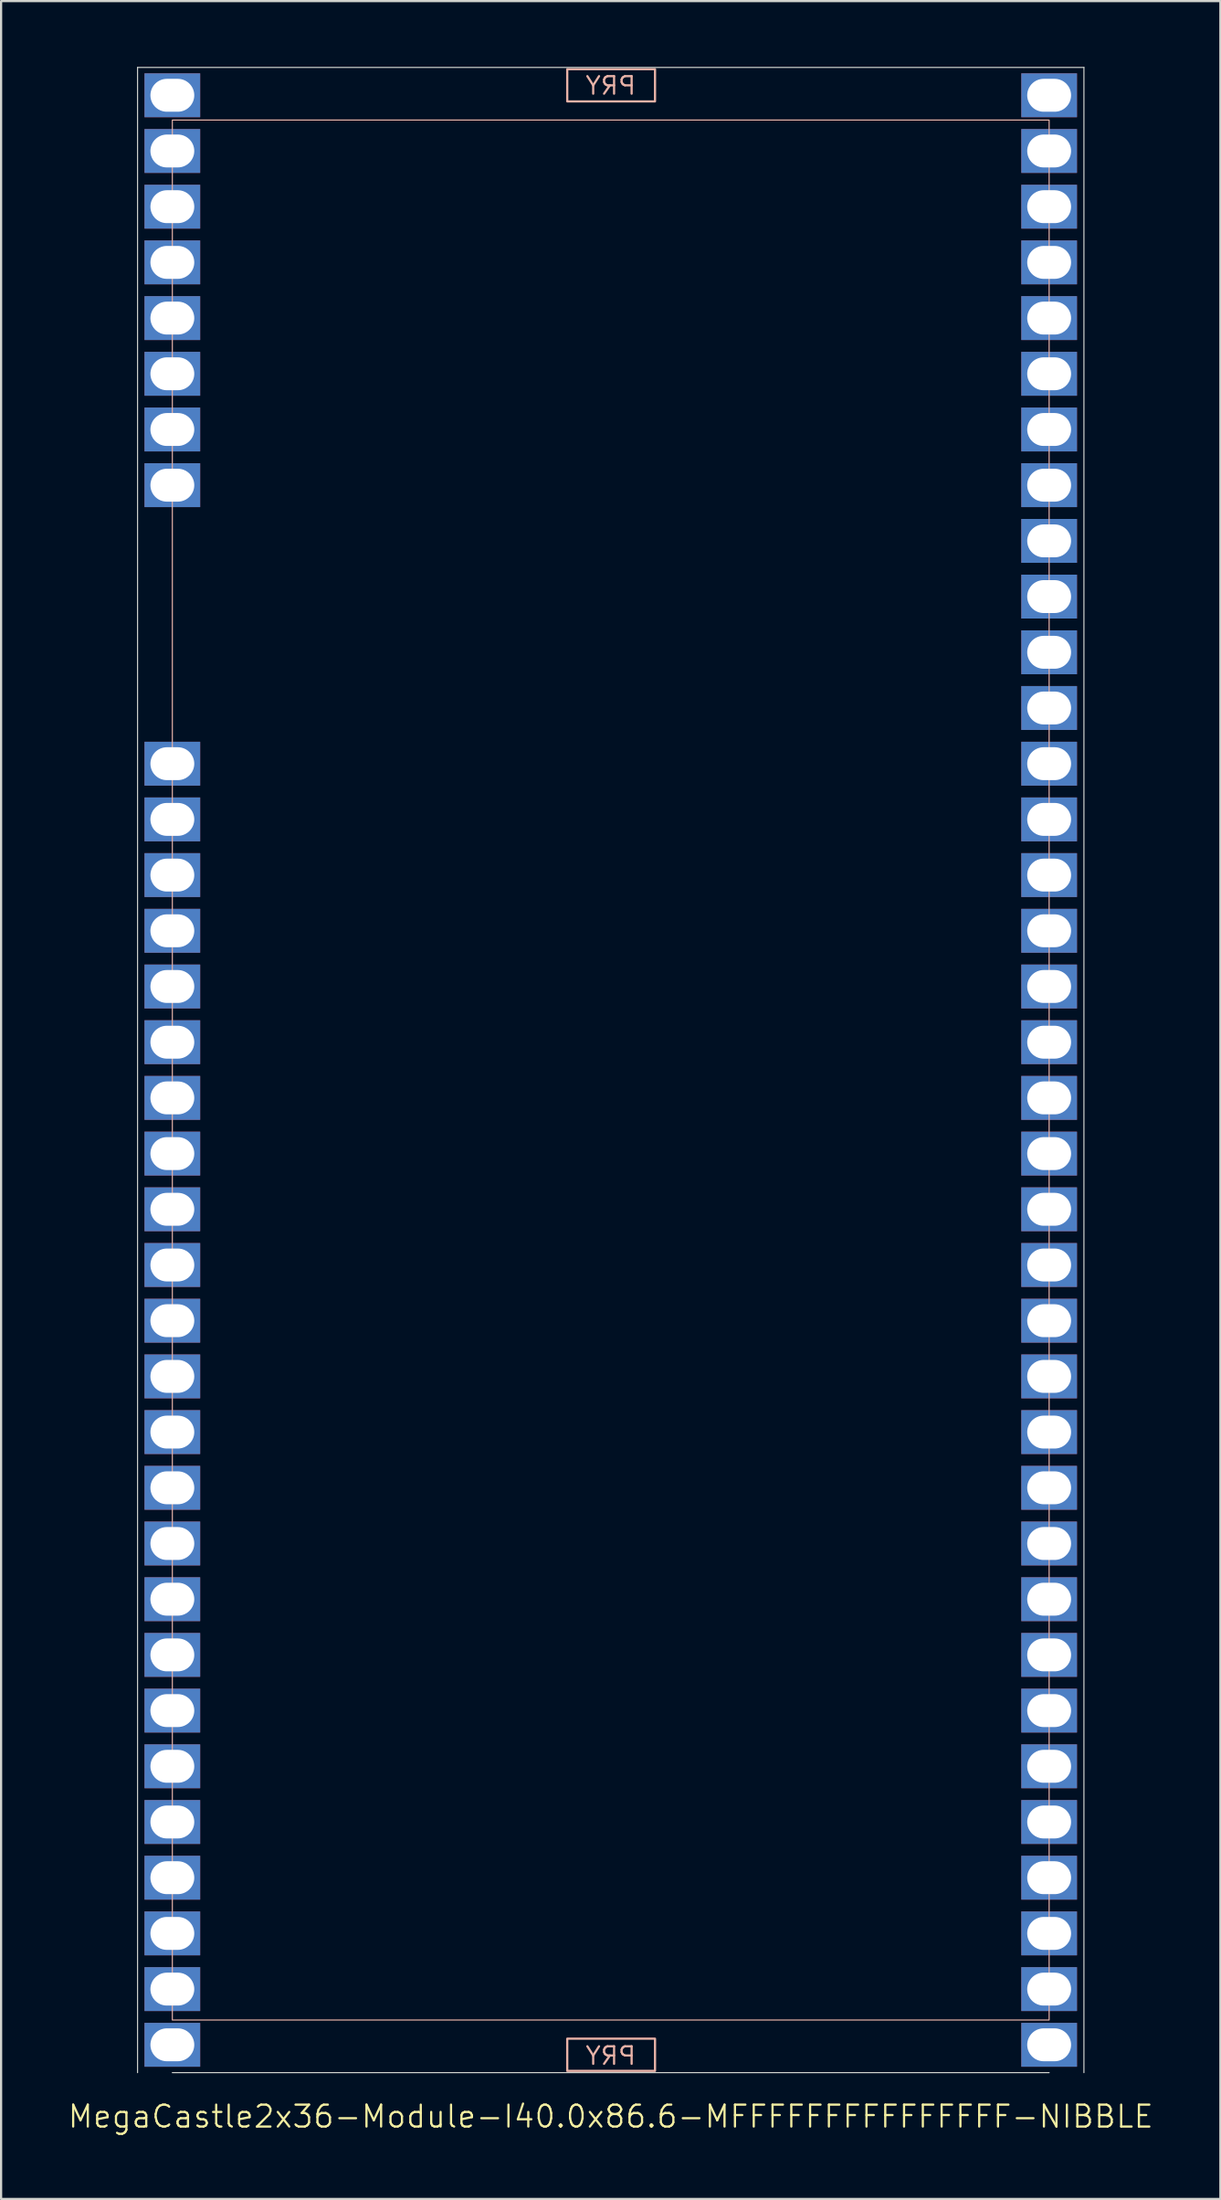
<source format=kicad_pcb>
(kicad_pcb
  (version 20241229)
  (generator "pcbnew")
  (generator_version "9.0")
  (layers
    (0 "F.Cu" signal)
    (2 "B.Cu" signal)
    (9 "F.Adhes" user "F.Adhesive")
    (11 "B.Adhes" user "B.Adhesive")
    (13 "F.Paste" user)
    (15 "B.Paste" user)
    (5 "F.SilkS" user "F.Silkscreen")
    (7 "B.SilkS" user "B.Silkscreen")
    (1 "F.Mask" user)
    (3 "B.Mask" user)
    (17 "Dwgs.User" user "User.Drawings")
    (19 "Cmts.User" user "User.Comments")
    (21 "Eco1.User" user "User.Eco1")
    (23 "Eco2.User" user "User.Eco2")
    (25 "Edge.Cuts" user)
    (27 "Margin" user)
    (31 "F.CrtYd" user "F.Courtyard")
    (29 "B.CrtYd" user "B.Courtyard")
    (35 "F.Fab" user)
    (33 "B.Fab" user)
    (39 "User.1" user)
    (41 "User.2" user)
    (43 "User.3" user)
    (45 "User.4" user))
  (footprint "MegaCastle2x36-Module-I40.0x86.6-MFFFFFFFFFFFFFFF-NIBBLE"
    (layer "F.Cu")
    (at 24.812 45.745)
    (property "Reference" "MegaCastle2x36-Module-I40.0x86.6-MFFFFFFFFFFFFFFF-NIBBLE" (at 0 47.72 0) (unlocked yes) (layer "F.SilkS") (effects (font (size 1 1) (thickness 0.1))))
    (attr smd)
    (fp_rect (start -20 43.32) (end 20 -43.32) (stroke (width 0.05) (type default)) (fill no) (layer "B.SilkS"))
    (fp_rect (start -1.984 -44.171) (end 2.02 -45.64) (stroke (width 0.1) (type default)) (fill no) (layer "B.SilkS"))
    (fp_rect (start -1.984 44.171) (end 2.02 45.64) (stroke (width 0.1) (type default)) (fill no) (layer "B.SilkS"))
    (fp_line (start -21.587 -45.72) (end -21.587 45.72) (stroke (width 0.05) (type default)) (layer "Edge.Cuts"))
    (fp_line (start -21.587 -45.72) (end 21.587 -45.72) (stroke (width 0.05) (type default)) (layer "Edge.Cuts"))
    (fp_line (start -20 45.72) (end 20 45.72) (stroke (width 0.05) (type default)) (layer "Edge.Cuts"))
    (fp_line (start 21.587 -45.72) (end 21.587 45.72) (stroke (width 0.05) (type default)) (layer "Edge.Cuts"))
    (fp_text user "PRY" (at 0 45.42 0) (unlocked yes) (layer "B.SilkS") (effects (font (size 0.8 0.8) (thickness 0.1)) (justify bottom mirror)))
    (fp_text user "PRY" (at 0 -44.42 0) (unlocked yes) (layer "B.SilkS") (effects (font (size 0.8 0.8) (thickness 0.1)) (justify bottom mirror)))
    (pad "1" thru_hole rect (at -20 -44.45) (size 2.54 2) (drill oval 2 1.5) (property pad_prop_castellated) (layers "*.Cu" "*.Mask"))
    (pad "2" thru_hole rect (at -20 -41.91) (size 2.54 2) (drill oval 2 1.5) (property pad_prop_castellated) (layers "*.Cu" "*.Mask"))
    (pad "3" thru_hole rect (at -20 -39.37) (size 2.54 2) (drill oval 2 1.5) (property pad_prop_castellated) (layers "*.Cu" "*.Mask"))
    (pad "4" thru_hole rect (at -20 -36.83) (size 2.54 2) (drill oval 2 1.5) (property pad_prop_castellated) (layers "*.Cu" "*.Mask"))
    (pad "5" thru_hole rect (at -20 -34.29) (size 2.54 2) (drill oval 2 1.5) (property pad_prop_castellated) (layers "*.Cu" "*.Mask"))
    (pad "6" thru_hole rect (at -20 -31.75) (size 2.54 2) (drill oval 2 1.5) (property pad_prop_castellated) (layers "*.Cu" "*.Mask"))
    (pad "7" thru_hole rect (at -20 -29.21) (size 2.54 2) (drill oval 2 1.5) (property pad_prop_castellated) (layers "*.Cu" "*.Mask"))
    (pad "8" thru_hole rect (at -20 -26.67) (size 2.54 2) (drill oval 2 1.5) (property pad_prop_castellated) (layers "*.Cu" "*.Mask"))
    (pad "13" thru_hole rect (at -20 -13.97) (size 2.54 2) (drill oval 2 1.5) (property pad_prop_castellated) (layers "*.Cu" "*.Mask"))
    (pad "14" thru_hole rect (at -20 -11.43) (size 2.54 2) (drill oval 2 1.5) (property pad_prop_castellated) (layers "*.Cu" "*.Mask"))
    (pad "15" thru_hole rect (at -20 -8.89) (size 2.54 2) (drill oval 2 1.5) (property pad_prop_castellated) (layers "*.Cu" "*.Mask"))
    (pad "16" thru_hole rect (at -20 -6.35) (size 2.54 2) (drill oval 2 1.5) (property pad_prop_castellated) (layers "*.Cu" "*.Mask"))
    (pad "17" thru_hole rect (at -20 -3.81) (size 2.54 2) (drill oval 2 1.5) (property pad_prop_castellated) (layers "*.Cu" "*.Mask"))
    (pad "18" thru_hole rect (at -20 -1.27) (size 2.54 2) (drill oval 2 1.5) (property pad_prop_castellated) (layers "*.Cu" "*.Mask"))
    (pad "19" thru_hole rect (at -20 1.27) (size 2.54 2) (drill oval 2 1.5) (property pad_prop_castellated) (layers "*.Cu" "*.Mask"))
    (pad "20" thru_hole rect (at -20 3.81) (size 2.54 2) (drill oval 2 1.5) (property pad_prop_castellated) (layers "*.Cu" "*.Mask"))
    (pad "21" thru_hole rect (at -20 6.35) (size 2.54 2) (drill oval 2 1.5) (property pad_prop_castellated) (layers "*.Cu" "*.Mask"))
    (pad "22" thru_hole rect (at -20 8.89) (size 2.54 2) (drill oval 2 1.5) (property pad_prop_castellated) (layers "*.Cu" "*.Mask"))
    (pad "23" thru_hole rect (at -20 11.43) (size 2.54 2) (drill oval 2 1.5) (property pad_prop_castellated) (layers "*.Cu" "*.Mask"))
    (pad "24" thru_hole rect (at -20 13.97) (size 2.54 2) (drill oval 2 1.5) (property pad_prop_castellated) (layers "*.Cu" "*.Mask"))
    (pad "25" thru_hole rect (at -20 16.51) (size 2.54 2) (drill oval 2 1.5) (property pad_prop_castellated) (layers "*.Cu" "*.Mask"))
    (pad "26" thru_hole rect (at -20 19.05) (size 2.54 2) (drill oval 2 1.5) (property pad_prop_castellated) (layers "*.Cu" "*.Mask"))
    (pad "27" thru_hole rect (at -20 21.59) (size 2.54 2) (drill oval 2 1.5) (property pad_prop_castellated) (layers "*.Cu" "*.Mask"))
    (pad "28" thru_hole rect (at -20 24.13) (size 2.54 2) (drill oval 2 1.5) (property pad_prop_castellated) (layers "*.Cu" "*.Mask"))
    (pad "29" thru_hole rect (at -20 26.67) (size 2.54 2) (drill oval 2 1.5) (property pad_prop_castellated) (layers "*.Cu" "*.Mask"))
    (pad "30" thru_hole rect (at -20 29.21) (size 2.54 2) (drill oval 2 1.5) (property pad_prop_castellated) (layers "*.Cu" "*.Mask"))
    (pad "31" thru_hole rect (at -20 31.75) (size 2.54 2) (drill oval 2 1.5) (property pad_prop_castellated) (layers "*.Cu" "*.Mask"))
    (pad "32" thru_hole rect (at -20 34.29) (size 2.54 2) (drill oval 2 1.5) (property pad_prop_castellated) (layers "*.Cu" "*.Mask"))
    (pad "33" thru_hole rect (at -20 36.83) (size 2.54 2) (drill oval 2 1.5) (property pad_prop_castellated) (layers "*.Cu" "*.Mask"))
    (pad "34" thru_hole rect (at -20 39.37) (size 2.54 2) (drill oval 2 1.5) (property pad_prop_castellated) (layers "*.Cu" "*.Mask"))
    (pad "35" thru_hole rect (at -20 41.91) (size 2.54 2) (drill oval 2 1.5) (property pad_prop_castellated) (layers "*.Cu" "*.Mask"))
    (pad "36" thru_hole rect (at -20 44.45) (size 2.54 2) (drill oval 2 1.5) (property pad_prop_castellated) (layers "*.Cu" "*.Mask"))
    (pad "37" thru_hole rect (at 20 -44.45) (size 2.54 2) (drill oval 2 1.5) (property pad_prop_castellated) (layers "*.Cu" "*.Mask"))
    (pad "38" thru_hole rect (at 20 -41.91) (size 2.54 2) (drill oval 2 1.5) (property pad_prop_castellated) (layers "*.Cu" "*.Mask"))
    (pad "39" thru_hole rect (at 20 -39.37) (size 2.54 2) (drill oval 2 1.5) (property pad_prop_castellated) (layers "*.Cu" "*.Mask"))
    (pad "40" thru_hole rect (at 20 -36.83) (size 2.54 2) (drill oval 2 1.5) (property pad_prop_castellated) (layers "*.Cu" "*.Mask"))
    (pad "41" thru_hole rect (at 20 -34.29) (size 2.54 2) (drill oval 2 1.5) (property pad_prop_castellated) (layers "*.Cu" "*.Mask"))
    (pad "42" thru_hole rect (at 20 -31.75) (size 2.54 2) (drill oval 2 1.5) (property pad_prop_castellated) (layers "*.Cu" "*.Mask"))
    (pad "43" thru_hole rect (at 20 -29.21) (size 2.54 2) (drill oval 2 1.5) (property pad_prop_castellated) (layers "*.Cu" "*.Mask"))
    (pad "44" thru_hole rect (at 20 -26.67) (size 2.54 2) (drill oval 2 1.5) (property pad_prop_castellated) (layers "*.Cu" "*.Mask"))
    (pad "45" thru_hole rect (at 20 -24.13) (size 2.54 2) (drill oval 2 1.5) (property pad_prop_castellated) (layers "*.Cu" "*.Mask"))
    (pad "46" thru_hole rect (at 20 -21.59) (size 2.54 2) (drill oval 2 1.5) (property pad_prop_castellated) (layers "*.Cu" "*.Mask"))
    (pad "47" thru_hole rect (at 20 -19.05) (size 2.54 2) (drill oval 2 1.5) (property pad_prop_castellated) (layers "*.Cu" "*.Mask"))
    (pad "48" thru_hole rect (at 20 -16.51) (size 2.54 2) (drill oval 2 1.5) (property pad_prop_castellated) (layers "*.Cu" "*.Mask"))
    (pad "49" thru_hole rect (at 20 -13.97) (size 2.54 2) (drill oval 2 1.5) (property pad_prop_castellated) (layers "*.Cu" "*.Mask"))
    (pad "50" thru_hole rect (at 20 -11.43) (size 2.54 2) (drill oval 2 1.5) (property pad_prop_castellated) (layers "*.Cu" "*.Mask"))
    (pad "51" thru_hole rect (at 20 -8.89) (size 2.54 2) (drill oval 2 1.5) (property pad_prop_castellated) (layers "*.Cu" "*.Mask"))
    (pad "52" thru_hole rect (at 20 -6.35) (size 2.54 2) (drill oval 2 1.5) (property pad_prop_castellated) (layers "*.Cu" "*.Mask"))
    (pad "53" thru_hole rect (at 20 -3.81) (size 2.54 2) (drill oval 2 1.5) (property pad_prop_castellated) (layers "*.Cu" "*.Mask"))
    (pad "54" thru_hole rect (at 20 -1.27) (size 2.54 2) (drill oval 2 1.5) (property pad_prop_castellated) (layers "*.Cu" "*.Mask"))
    (pad "55" thru_hole rect (at 20 1.27) (size 2.54 2) (drill oval 2 1.5) (property pad_prop_castellated) (layers "*.Cu" "*.Mask"))
    (pad "56" thru_hole rect (at 20 3.81) (size 2.54 2) (drill oval 2 1.5) (property pad_prop_castellated) (layers "*.Cu" "*.Mask"))
    (pad "57" thru_hole rect (at 20 6.35) (size 2.54 2) (drill oval 2 1.5) (property pad_prop_castellated) (layers "*.Cu" "*.Mask"))
    (pad "58" thru_hole rect (at 20 8.89) (size 2.54 2) (drill oval 2 1.5) (property pad_prop_castellated) (layers "*.Cu" "*.Mask"))
    (pad "59" thru_hole rect (at 20 11.43) (size 2.54 2) (drill oval 2 1.5) (property pad_prop_castellated) (layers "*.Cu" "*.Mask"))
    (pad "60" thru_hole rect (at 20 13.97) (size 2.54 2) (drill oval 2 1.5) (property pad_prop_castellated) (layers "*.Cu" "*.Mask"))
    (pad "61" thru_hole rect (at 20 16.51) (size 2.54 2) (drill oval 2 1.5) (property pad_prop_castellated) (layers "*.Cu" "*.Mask"))
    (pad "62" thru_hole rect (at 20 19.05) (size 2.54 2) (drill oval 2 1.5) (property pad_prop_castellated) (layers "*.Cu" "*.Mask"))
    (pad "63" thru_hole rect (at 20 21.59) (size 2.54 2) (drill oval 2 1.5) (property pad_prop_castellated) (layers "*.Cu" "*.Mask"))
    (pad "64" thru_hole rect (at 20 24.13) (size 2.54 2) (drill oval 2 1.5) (property pad_prop_castellated) (layers "*.Cu" "*.Mask"))
    (pad "65" thru_hole rect (at 20 26.67) (size 2.54 2) (drill oval 2 1.5) (property pad_prop_castellated) (layers "*.Cu" "*.Mask"))
    (pad "66" thru_hole rect (at 20 29.21) (size 2.54 2) (drill oval 2 1.5) (property pad_prop_castellated) (layers "*.Cu" "*.Mask"))
    (pad "67" thru_hole rect (at 20 31.75) (size 2.54 2) (drill oval 2 1.5) (property pad_prop_castellated) (layers "*.Cu" "*.Mask"))
    (pad "68" thru_hole rect (at 20 34.29) (size 2.54 2) (drill oval 2 1.5) (property pad_prop_castellated) (layers "*.Cu" "*.Mask"))
    (pad "69" thru_hole rect (at 20 36.83) (size 2.54 2) (drill oval 2 1.5) (property pad_prop_castellated) (layers "*.Cu" "*.Mask"))
    (pad "70" thru_hole rect (at 20 39.37) (size 2.54 2) (drill oval 2 1.5) (property pad_prop_castellated) (layers "*.Cu" "*.Mask"))
    (pad "71" thru_hole rect (at 20 41.91) (size 2.54 2) (drill oval 2 1.5) (property pad_prop_castellated) (layers "*.Cu" "*.Mask"))
    (pad "72" thru_hole rect (at 20 44.45) (size 2.54 2) (drill oval 2 1.5) (property pad_prop_castellated) (layers "*.Cu" "*.Mask"))
    (zone (net_name "") (layer "B.Cu") (hatch edge 0.5) (connect_pads) (min_thickness 0.25) (filled_areas_thickness no) (keepout (tracks allowed) (vias allowed) (pads allowed) (copperpour allowed) (footprints not_allowed)) (placement (enabled no)) (fill) (polygon (pts (xy 4.812 91.465) (xy 4.812 0.025))))
    (zone (net_name "") (layer "B.Cu") (hatch edge 0.5) (connect_pads) (min_thickness 0.25) (filled_areas_thickness no) (keepout (tracks allowed) (vias allowed) (pads allowed) (copperpour allowed) (footprints not_allowed)) (placement (enabled no)) (fill) (polygon (pts (xy 44.812 91.465) (xy 44.812 0.025))))
    (zone (net_name "") (layer "B.Cu") (hatch edge 0.5) (connect_pads) (min_thickness 0.25) (filled_areas_thickness no) (keepout (tracks allowed) (vias allowed) (pads allowed) (copperpour allowed) (footprints not_allowed)) (placement (enabled no)) (fill) (polygon (pts (xy 4.812 0.025) (xy 4.812 2.425) (xy 44.812 2.425) (xy 44.812 0.025))))
    (zone (net_name "") (layer "B.Cu") (hatch edge 0.5) (connect_pads) (min_thickness 0.25) (filled_areas_thickness no) (keepout (tracks allowed) (vias allowed) (pads allowed) (copperpour allowed) (footprints not_allowed)) (placement (enabled no)) (fill) (polygon (pts (xy 4.812 91.465) (xy 4.812 89.065) (xy 44.812 89.065) (xy 44.812 91.465))))
    (zone (net_name "") (layer "B.Cu") (name "Upper Pry Zone") (hatch edge 0.5) (connect_pads) (min_thickness 0.25) (filled_areas_thickness no) (keepout (tracks not_allowed) (vias not_allowed) (pads not_allowed) (copperpour allowed) (footprints not_allowed)) (placement (enabled no)) (fill) (polygon (pts (xy 22.828 1.574) (xy 22.828 0.105) (xy 26.831 0.105) (xy 26.831 1.574))))
    (zone (net_name "") (layer "B.Cu") (name "Upper Pry Zone") (hatch edge 0.5) (connect_pads) (min_thickness 0.25) (filled_areas_thickness no) (keepout (tracks not_allowed) (vias not_allowed) (pads not_allowed) (copperpour allowed) (footprints not_allowed)) (placement (enabled no)) (fill) (polygon (pts (xy 22.828 89.916) (xy 22.828 91.385) (xy 26.831 91.385) (xy 26.831 89.916)))))
  (gr_rect
    (start -3 -3)
    (end 52.624 97.226)
    (stroke (width 0.1) (type default))
    (fill no)
    (layer "Edge.Cuts")))
</source>
